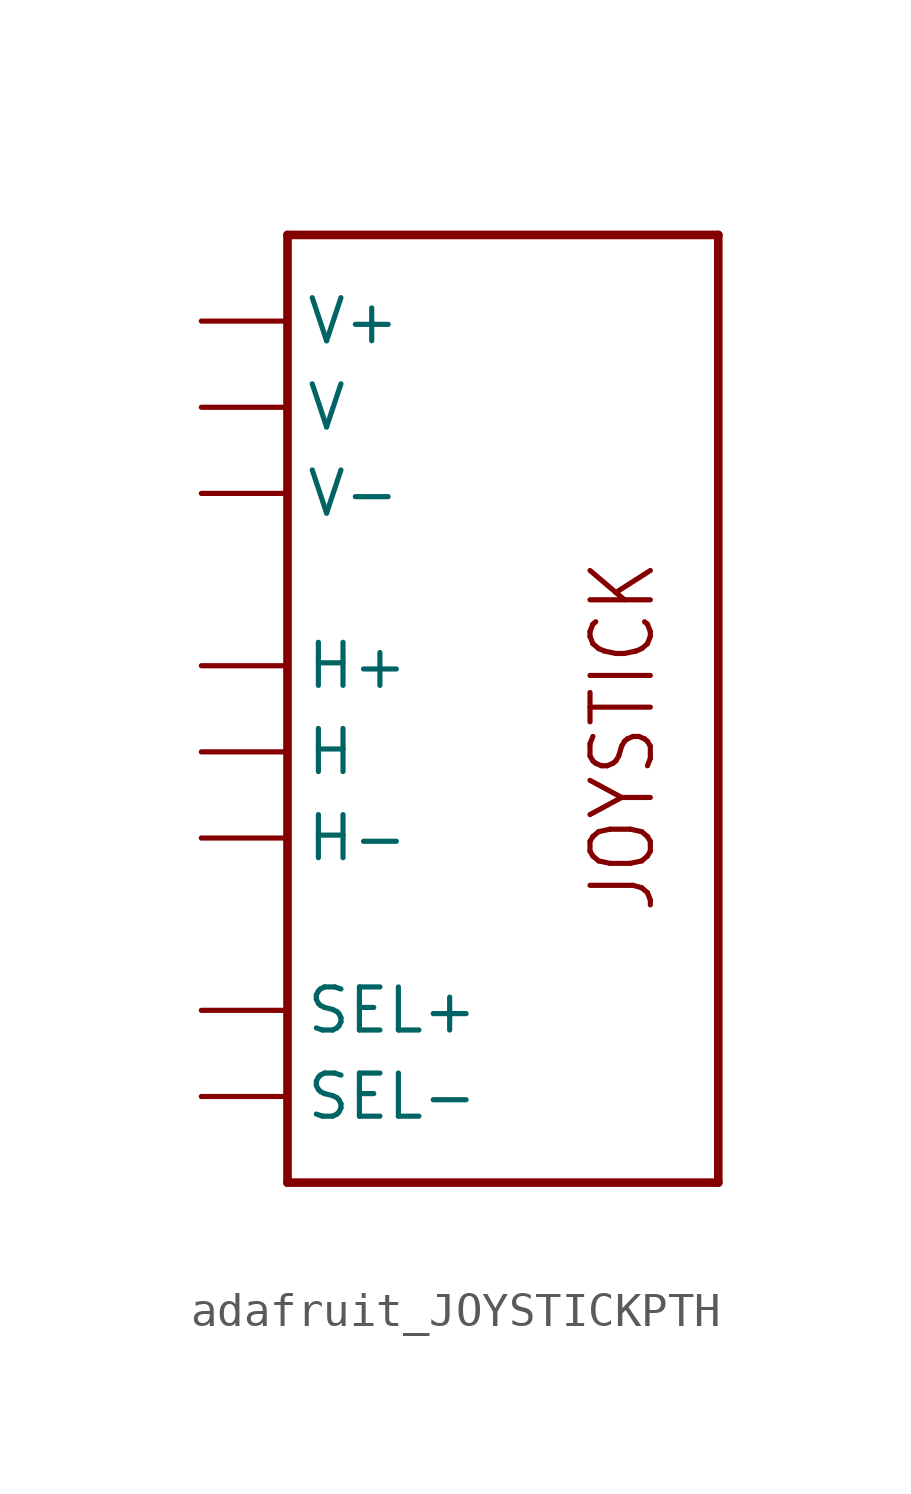
<source format=kicad_sym>
(kicad_symbol_lib
  (version 20241209)
  (generator "kicad_symbol_editor")
  (generator_version "9.0")
  (symbol "adafruit_JOYSTICKPTH"
    (property "Reference" "U"
      (at -7.62 13.462 0)
      (effects (font (size 1.778 1.511)) (justify left bottom) (hide yes)))
    (property "ki_locked" ""
      (at 0 0 0)
      (effects (font (size 1.27 1.27))))
    (symbol "adafruit_JOYSTICKPTH_1_0"
      (polyline (pts (xy -7.62 12.7) (xy 5.08 12.7)) (stroke (width 0.254) (type solid)) (fill (type none)))
      (polyline (pts (xy -7.62 -15.24) (xy -7.62 12.7)) (stroke (width 0.254) (type solid)) (fill (type none)))
      (polyline (pts (xy 5.08 12.7) (xy 5.08 -15.24)) (stroke (width 0.254) (type solid)) (fill (type none)))
      (polyline (pts (xy 5.08 -15.24) (xy -7.62 -15.24)) (stroke (width 0.254) (type solid)) (fill (type none)))
      (text "JOYSTICK" (at 3.302 -7.366 900) (effects (font (size 1.778 1.511)) (justify left bottom)))
      (pin bidirectional line (at -10.16 10.16 0) (length 2.54) (name "V+" (effects (font (size 1.27 1.27)))) (number "V1" (effects (font (size 0 0)))))
      (pin bidirectional line (at -10.16 7.62 0) (length 2.54) (name "V" (effects (font (size 1.27 1.27)))) (number "V2" (effects (font (size 0 0)))))
      (pin bidirectional line (at -10.16 5.08 0) (length 2.54) (name "V-" (effects (font (size 1.27 1.27)))) (number "V3" (effects (font (size 0 0)))))
      (pin bidirectional line (at -10.16 0 0) (length 2.54) (name "H+" (effects (font (size 1.27 1.27)))) (number "H1" (effects (font (size 0 0)))))
      (pin bidirectional line (at -10.16 -2.54 0) (length 2.54) (name "H" (effects (font (size 1.27 1.27)))) (number "H2" (effects (font (size 0 0)))))
      (pin bidirectional line (at -10.16 -5.08 0) (length 2.54) (name "H-" (effects (font (size 1.27 1.27)))) (number "H3" (effects (font (size 0 0)))))
      (pin bidirectional line (at -10.16 -10.16 0) (length 2.54) (name "SEL+" (effects (font (size 1.27 1.27)))) (number "B1A" (effects (font (size 0 0)))))
      (pin bidirectional line (at -10.16 -12.7 0) (length 2.54) (name "SEL-" (effects (font (size 1.27 1.27)))) (number "B2A" (effects (font (size 0 0))))))))
</source>
